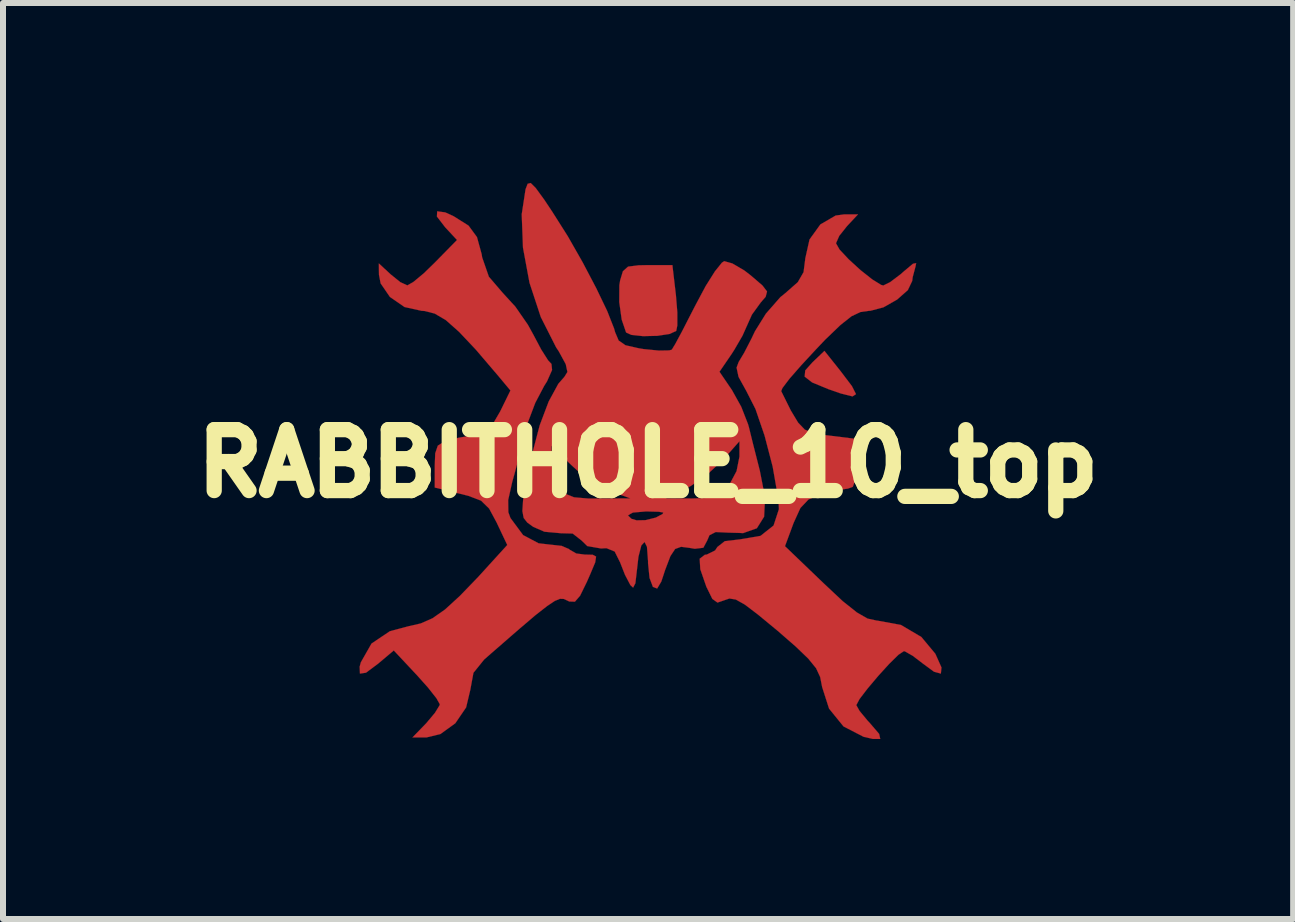
<source format=kicad_pcb>
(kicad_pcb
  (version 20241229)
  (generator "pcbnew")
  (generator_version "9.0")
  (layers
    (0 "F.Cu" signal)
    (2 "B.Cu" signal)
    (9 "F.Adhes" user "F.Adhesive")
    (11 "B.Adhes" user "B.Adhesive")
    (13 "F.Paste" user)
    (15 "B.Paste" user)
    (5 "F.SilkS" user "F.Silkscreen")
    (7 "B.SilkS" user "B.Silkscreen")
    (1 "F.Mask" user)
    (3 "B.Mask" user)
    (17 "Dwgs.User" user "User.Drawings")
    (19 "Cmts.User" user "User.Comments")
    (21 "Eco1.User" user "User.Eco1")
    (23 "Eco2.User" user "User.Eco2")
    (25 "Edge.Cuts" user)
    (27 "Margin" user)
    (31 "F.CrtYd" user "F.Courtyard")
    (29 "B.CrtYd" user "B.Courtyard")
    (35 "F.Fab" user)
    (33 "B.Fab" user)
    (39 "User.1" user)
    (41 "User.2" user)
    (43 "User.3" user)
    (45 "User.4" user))
  (footprint "RABBITHOLE_10_top"
    (layer "F.Cu")
    (at 7.754 4.672)
    (property "Reference" "RABBITHOLE_10_top" (at 0 0 0) (layer "F.SilkS") (effects (font (size 1.016 1.016) (thickness 0.305))))
    (attr through_hole)
    (fp_poly (pts (xy 3.467 -1.151) (xy 3.409 -1.113) (xy 3.211 -1.163) (xy 3.007 -1.234) (xy 2.736 -1.346) (xy 2.611 -1.443) (xy 2.621 -1.547) (xy 2.741 -1.681) (xy 2.941 -1.872) (xy 3.208 -1.537) (xy 3.399 -1.285) (xy 3.467 -1.151)) (stroke (width 0.003) (type solid)) (fill yes) (layer "F.Cu"))
    (fp_poly (pts (xy 0.488 -2.296) (xy 0.47 -2.205) (xy 0.358 -2.154) (xy 0.152 -2.123) (xy -0.084 -2.118) (xy -0.279 -2.139) (xy -0.366 -2.179) (xy -0.439 -2.393) (xy -0.48 -2.687) (xy -0.478 -2.967) (xy -0.465 -3.048) (xy -0.419 -3.2) (xy -0.333 -3.277) (xy -0.157 -3.299) (xy 0 -3.302) (xy 0.406 -3.302) (xy 0.465 -2.799) (xy 0.488 -2.515) (xy 0.488 -2.296)) (stroke (width 0.003) (type solid)) (fill yes) (layer "F.Cu"))
    (fp_poly (pts (xy -0.866 1.557) (xy -0.881 1.654) (xy -0.965 1.854) (xy -1.021 1.981) (xy -1.133 2.21) (xy -1.219 2.309) (xy -1.313 2.306) (xy -1.349 2.289) (xy -1.407 2.263) (xy -1.468 2.261) (xy -1.554 2.296) (xy -1.684 2.383) (xy -1.875 2.532) (xy -2.144 2.761) (xy -2.512 3.081) (xy -2.731 3.272) (xy -2.911 3.495) (xy -2.962 3.772) (xy -2.962 3.774) (xy -3.033 4.072) (xy -3.213 4.336) (xy -3.462 4.516) (xy -3.693 4.572) (xy -3.927 4.572) (xy -3.698 4.336) (xy -3.553 4.163) (xy -3.475 4.036) (xy -3.472 4.018) (xy -3.528 3.919) (xy -3.67 3.739) (xy -3.856 3.531) (xy -4.239 3.122) (xy -4.501 3.343) (xy -4.702 3.493) (xy -4.803 3.508) (xy -4.808 3.393) (xy -4.788 3.32) (xy -4.61 3.007) (xy -4.305 2.802) (xy -3.998 2.72) (xy -3.79 2.672) (xy -3.594 2.586) (xy -3.386 2.441) (xy -3.139 2.215) (xy -2.83 1.895) (xy -2.55 1.587) (xy -2.347 1.364) (xy -2.525 0.988) (xy -2.649 0.757) (xy -2.784 0.625) (xy -2.997 0.544) (xy -3.129 0.511) (xy -3.556 0.406) (xy -3.556 0.041) (xy -3.548 -0.165) (xy -3.505 -0.292) (xy -3.386 -0.368) (xy -3.157 -0.424) (xy -2.949 -0.46) (xy -2.733 -0.523) (xy -2.586 -0.655) (xy -2.466 -0.861) (xy -2.294 -1.212) (xy -2.512 -1.473) (xy -2.87 -1.892) (xy -3.15 -2.189) (xy -3.371 -2.385) (xy -3.556 -2.494) (xy -3.724 -2.537) (xy -3.774 -2.54) (xy -4.059 -2.603) (xy -4.303 -2.771) (xy -4.458 -2.997) (xy -4.486 -3.142) (xy -4.488 -3.33) (xy -4.29 -3.147) (xy -4.13 -3.018) (xy -4.013 -2.964) (xy -3.914 -3.02) (xy -3.739 -3.165) (xy -3.556 -3.343) (xy -3.185 -3.721) (xy -3.383 -3.934) (xy -3.52 -4.112) (xy -3.515 -4.199) (xy -3.381 -4.181) (xy -3.241 -4.117) (xy -2.992 -3.96) (xy -2.852 -3.769) (xy -2.774 -3.485) (xy -2.766 -3.432) (xy -2.654 -3.109) (xy -2.421 -2.837) (xy -2.212 -2.609) (xy -2.004 -2.309) (xy -1.913 -2.144) (xy -1.781 -1.895) (xy -1.666 -1.714) (xy -1.61 -1.654) (xy -1.6 -1.554) (xy -1.684 -1.364) (xy -1.732 -1.288) (xy -1.88 -1.006) (xy -2.007 -0.671) (xy -2.04 -0.549) (xy -2.126 -0.198) (xy -2.228 0.183) (xy -2.263 0.307) (xy -2.332 0.615) (xy -2.329 0.818) (xy -2.294 0.914) (xy -2.083 1.199) (xy -1.824 1.336) (xy -1.648 1.356) (xy -1.44 1.379) (xy -1.316 1.433) (xy -1.311 1.44) (xy -1.196 1.506) (xy -1.054 1.524) (xy -0.922 1.527) (xy -0.866 1.557)) (stroke (width 0.003) (type solid)) (fill yes) (layer "F.Cu"))
    (fp_poly (pts (xy 4.892 3.406) (xy 4.882 3.508) (xy 4.768 3.477) (xy 4.592 3.348) (xy 4.412 3.211) (xy 4.282 3.137) (xy 4.265 3.134) (xy 4.176 3.193) (xy 4.021 3.345) (xy 3.838 3.546) (xy 3.66 3.757) (xy 3.526 3.932) (xy 3.472 4.034) (xy 3.526 4.13) (xy 3.658 4.29) (xy 3.698 4.333) (xy 3.853 4.514) (xy 3.871 4.597) (xy 3.747 4.597) (xy 3.594 4.562) (xy 3.259 4.389) (xy 3.018 4.092) (xy 2.903 3.734) (xy 2.87 3.566) (xy 2.802 3.419) (xy 2.672 3.259) (xy 2.461 3.056) (xy 2.154 2.789) (xy 1.834 2.525) (xy 1.613 2.357) (xy 1.463 2.273) (xy 1.356 2.256) (xy 1.278 2.283) (xy 1.158 2.324) (xy 1.072 2.263) (xy 0.98 2.075) (xy 0.975 2.068) (xy 0.871 1.768) (xy 0.861 1.593) (xy 0.947 1.527) (xy 0.978 1.524) (xy 1.118 1.455) (xy 1.156 1.397) (xy 1.28 1.3) (xy 1.534 1.27) (xy 1.875 1.212) (xy 2.093 1.039) (xy 2.182 0.767) (xy 2.174 0.607) (xy 2.078 0.058) (xy 1.943 -0.46) (xy 1.791 -0.904) (xy 1.641 -1.199) (xy 1.509 -1.438) (xy 1.476 -1.593) (xy 1.511 -1.687) (xy 1.603 -1.841) (xy 1.725 -2.078) (xy 1.783 -2.2) (xy 1.966 -2.494) (xy 2.207 -2.769) (xy 2.289 -2.835) (xy 2.497 -3.018) (xy 2.593 -3.185) (xy 2.621 -3.404) (xy 2.621 -3.411) (xy 2.692 -3.729) (xy 2.873 -3.98) (xy 3.127 -4.128) (xy 3.272 -4.148) (xy 3.5 -4.148) (xy 3.317 -3.952) (xy 3.188 -3.79) (xy 3.134 -3.668) (xy 3.134 -3.665) (xy 3.193 -3.561) (xy 3.345 -3.399) (xy 3.543 -3.218) (xy 3.739 -3.063) (xy 3.886 -2.972) (xy 3.922 -2.962) (xy 4.036 -3.018) (xy 4.211 -3.15) (xy 4.262 -3.195) (xy 4.417 -3.325) (xy 4.47 -3.335) (xy 4.458 -3.274) (xy 4.412 -3.101) (xy 4.404 -3.038) (xy 4.331 -2.885) (xy 4.153 -2.728) (xy 3.924 -2.598) (xy 3.703 -2.54) (xy 3.683 -2.54) (xy 3.541 -2.52) (xy 3.391 -2.449) (xy 3.205 -2.301) (xy 2.954 -2.06) (xy 2.802 -1.9) (xy 2.553 -1.631) (xy 2.357 -1.407) (xy 2.24 -1.252) (xy 2.22 -1.201) (xy 2.38 -0.879) (xy 2.502 -0.676) (xy 2.614 -0.559) (xy 2.756 -0.5) (xy 2.957 -0.467) (xy 3.02 -0.46) (xy 3.472 -0.404) (xy 3.472 0.01) (xy 3.459 0.267) (xy 3.414 0.394) (xy 3.332 0.424) (xy 3.162 0.447) (xy 2.924 0.505) (xy 2.883 0.518) (xy 2.675 0.605) (xy 2.54 0.747) (xy 2.426 0.998) (xy 2.283 1.384) (xy 2.929 2.004) (xy 3.246 2.301) (xy 3.482 2.489) (xy 3.66 2.591) (xy 3.81 2.624) (xy 3.828 2.626) (xy 4.216 2.697) (xy 4.557 2.898) (xy 4.79 3.178) (xy 4.892 3.406)) (stroke (width 0.003) (type solid)) (fill yes) (layer "F.Cu"))
    (fp_poly (pts (xy 1.984 -2.863) (xy 1.961 -2.774) (xy 1.877 -2.677) (xy 1.732 -2.477) (xy 1.659 -2.314) (xy 1.575 -2.126) (xy 1.438 -1.89) (xy 1.397 -1.826) (xy 1.191 -1.524) (xy 1.4 -1.217) (xy 1.554 -0.94) (xy 1.666 -0.653) (xy 1.681 -0.602) (xy 1.748 -0.33) (xy 1.831 -0.003) (xy 1.864 0.127) (xy 1.951 0.574) (xy 1.935 0.892) (xy 1.814 1.085) (xy 1.585 1.166) (xy 1.524 1.163) (xy 1.524 -0.109) (xy 1.524 -0.366) (xy 1.25 -0.056) (xy 1.001 0.175) (xy 0.719 0.376) (xy 0.635 0.422) (xy 0.297 0.587) (xy 0.734 0.589) (xy 1.013 0.579) (xy 1.189 0.523) (xy 1.323 0.404) (xy 1.349 0.371) (xy 1.476 0.132) (xy 1.524 -0.109) (xy 1.524 1.163) (xy 1.341 1.158) (xy 1.128 1.148) (xy 1.024 1.201) (xy 0.986 1.29) (xy 0.922 1.41) (xy 0.78 1.427) (xy 0.691 1.412) (xy 0.551 1.394) (xy 0.452 1.43) (xy 0.373 1.549) (xy 0.284 1.783) (xy 0.254 1.875) (xy 0.254 0.823) (xy 0.18 0.81) (xy -0.003 0.805) (xy -0.041 0.805) (xy -0.251 0.823) (xy -0.295 0.846) (xy -0.295 0.587) (xy -0.625 0.467) (xy -0.884 0.338) (xy -1.163 0.137) (xy -1.28 0.03) (xy -1.608 -0.287) (xy -1.608 -0.036) (xy -1.562 0.218) (xy -1.476 0.404) (xy -1.377 0.511) (xy -1.234 0.569) (xy -1.003 0.589) (xy -0.82 0.589) (xy -0.295 0.587) (xy -0.295 0.846) (xy -0.335 0.871) (xy -0.277 0.927) (xy -0.191 0.953) (xy -0.043 0.95) (xy 0.13 0.907) (xy 0.244 0.846) (xy 0.254 0.823) (xy 0.254 1.875) (xy 0.221 1.974) (xy 0.152 2.09) (xy 0.081 2.062) (xy 0.025 1.913) (xy 0 1.666) (xy 0 1.631) (xy -0.018 1.394) (xy -0.058 1.313) (xy -0.112 1.372) (xy -0.16 1.56) (xy -0.185 1.778) (xy -0.211 2.002) (xy -0.249 2.075) (xy -0.295 2.032) (xy -0.384 1.862) (xy -0.467 1.651) (xy -0.556 1.473) (xy -0.693 1.417) (xy -0.782 1.422) (xy -1.013 1.382) (xy -1.107 1.29) (xy -1.257 1.173) (xy -1.45 1.168) (xy -1.727 1.143) (xy -1.913 1.062) (xy -2.012 0.991) (xy -2.073 0.914) (xy -2.095 0.798) (xy -2.083 0.615) (xy -2.032 0.333) (xy -1.946 -0.079) (xy -1.928 -0.168) (xy -1.806 -0.632) (xy -1.656 -1.029) (xy -1.496 -1.323) (xy -1.394 -1.44) (xy -1.344 -1.521) (xy -1.372 -1.651) (xy -1.488 -1.864) (xy -1.532 -1.93) (xy -1.788 -2.436) (xy -1.976 -3.007) (xy -2.085 -3.594) (xy -2.106 -4.148) (xy -2.042 -4.567) (xy -2.007 -4.658) (xy -1.956 -4.671) (xy -1.872 -4.587) (xy -1.73 -4.392) (xy -1.593 -4.186) (xy -1.339 -3.785) (xy -1.09 -3.348) (xy -0.864 -2.918) (xy -0.681 -2.537) (xy -0.566 -2.245) (xy -0.549 -2.184) (xy -0.49 -2.045) (xy -0.376 -1.966) (xy -0.152 -1.915) (xy -0.071 -1.902) (xy 0.18 -1.877) (xy 0.353 -1.88) (xy 0.396 -1.892) (xy 0.452 -1.984) (xy 0.564 -2.192) (xy 0.711 -2.479) (xy 0.795 -2.642) (xy 0.96 -2.951) (xy 1.115 -3.198) (xy 1.232 -3.343) (xy 1.27 -3.368) (xy 1.405 -3.33) (xy 1.608 -3.211) (xy 1.72 -3.124) (xy 1.908 -2.962) (xy 1.984 -2.863)) (stroke (width 0.003) (type solid)) (fill yes) (layer "F.Cu")))
  (gr_rect
    (start -3 -3)
    (end 18.509 12.271)
    (stroke (width 0.1) (type default))
    (fill no)
    (layer "Edge.Cuts")))
</source>
